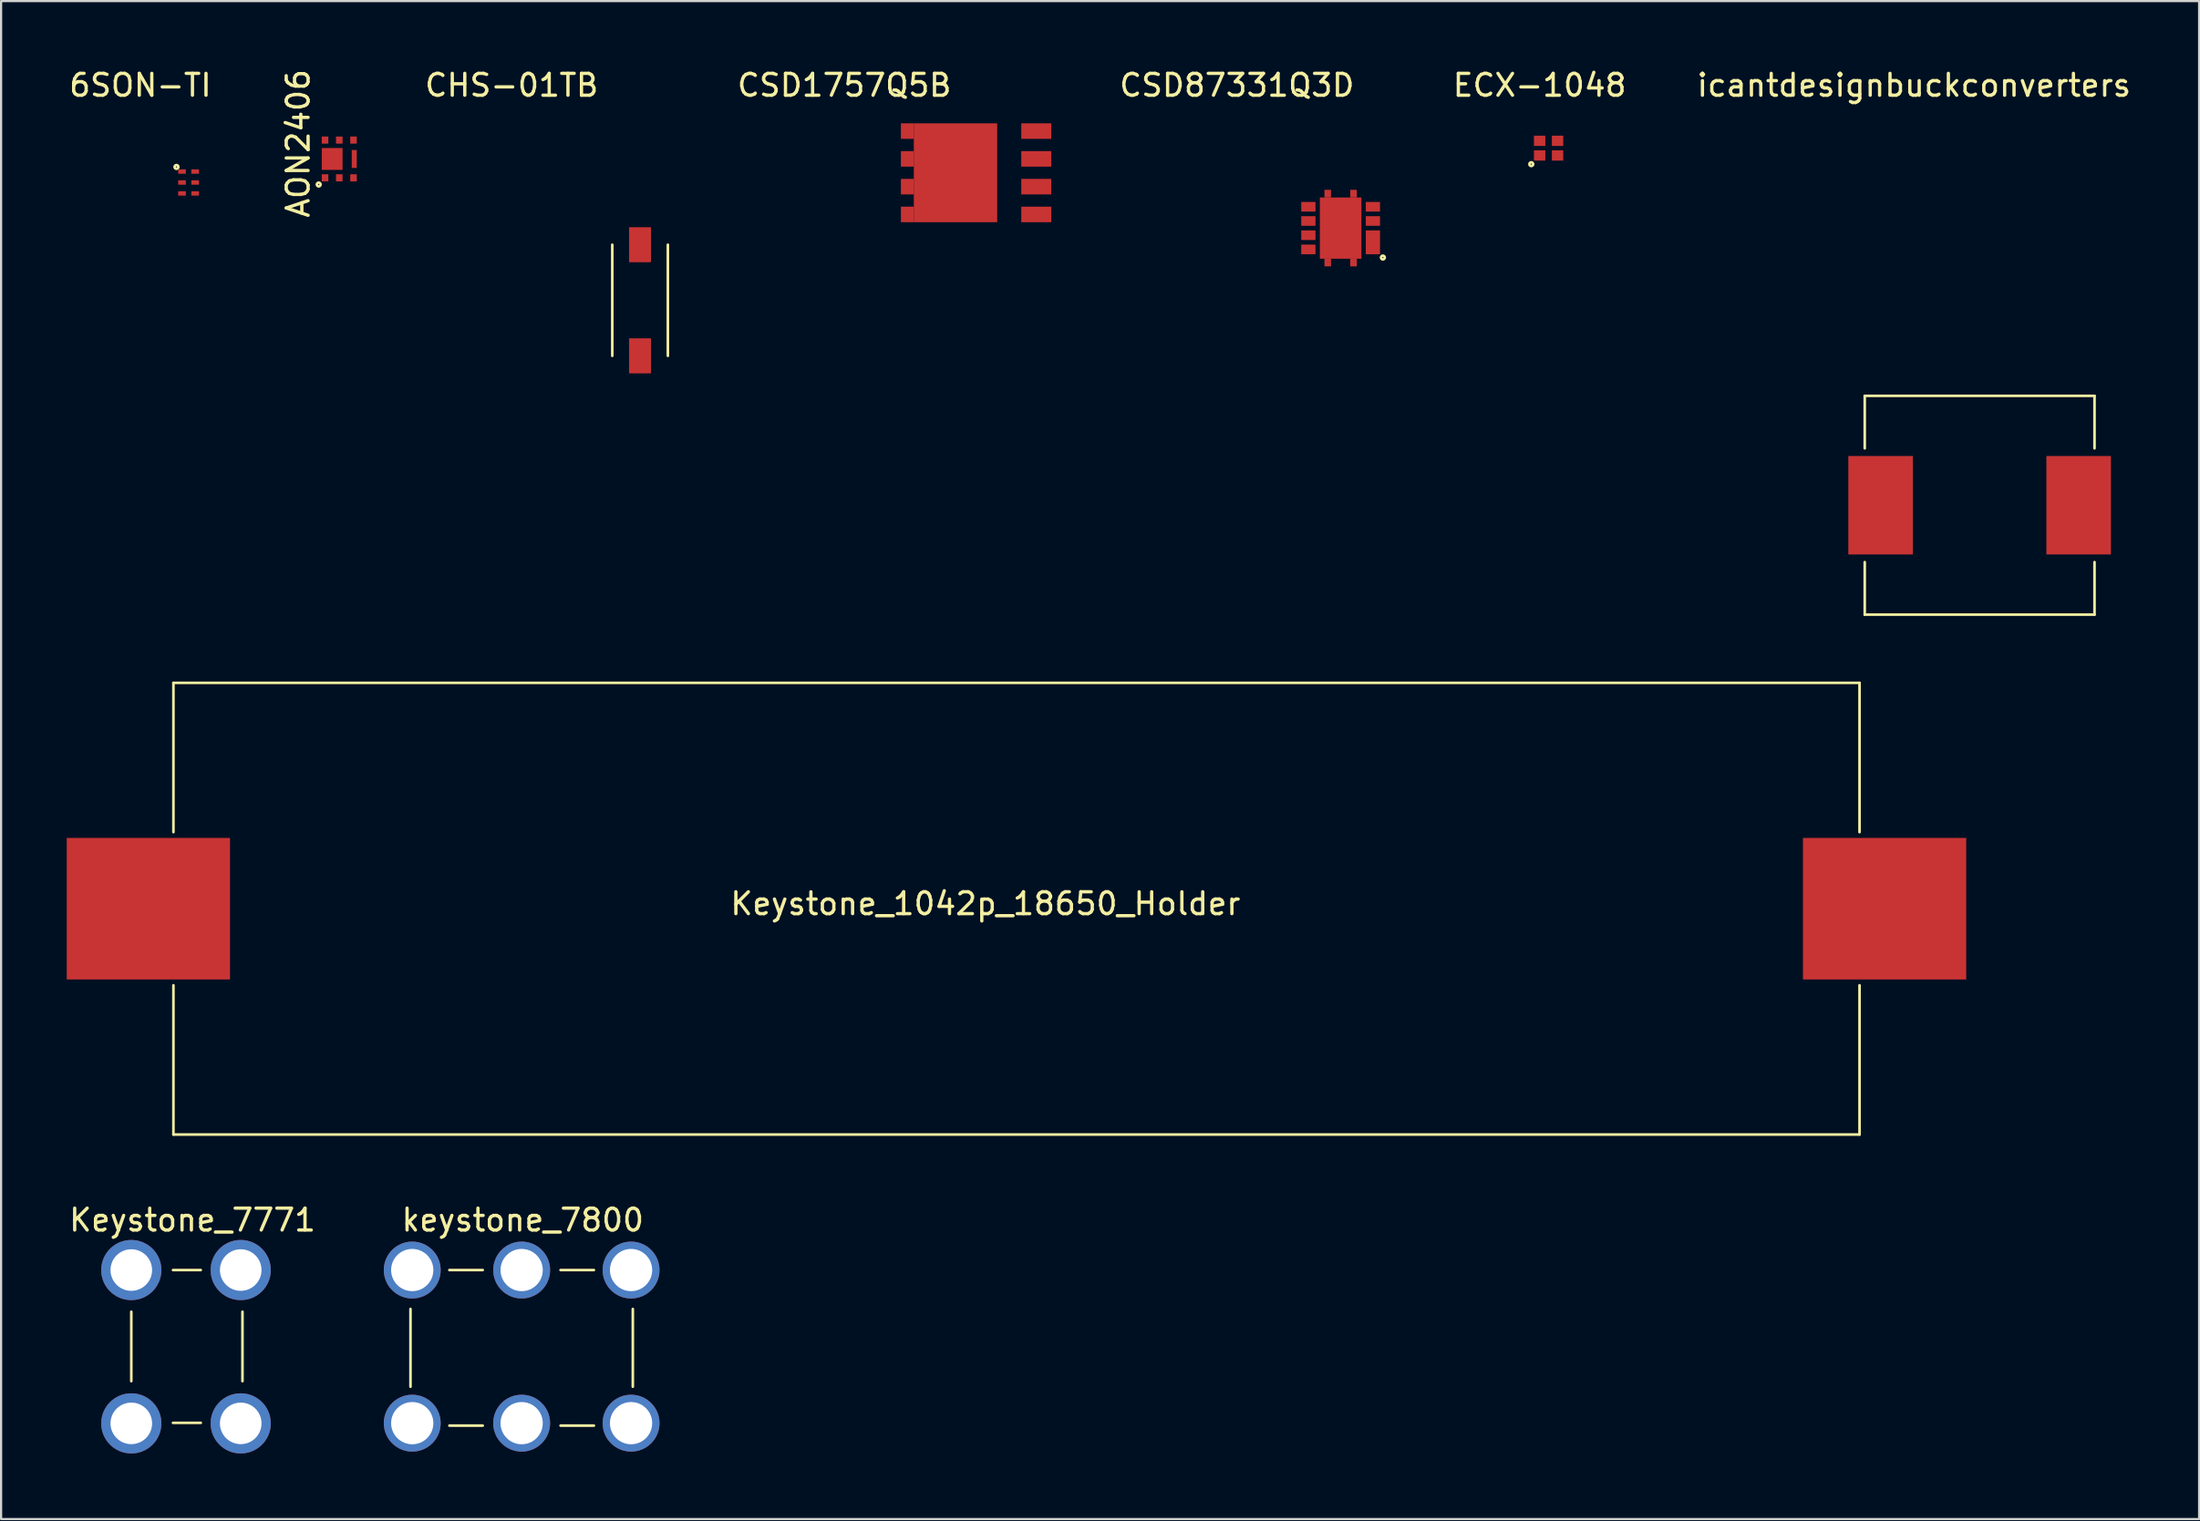
<source format=kicad_pcb>
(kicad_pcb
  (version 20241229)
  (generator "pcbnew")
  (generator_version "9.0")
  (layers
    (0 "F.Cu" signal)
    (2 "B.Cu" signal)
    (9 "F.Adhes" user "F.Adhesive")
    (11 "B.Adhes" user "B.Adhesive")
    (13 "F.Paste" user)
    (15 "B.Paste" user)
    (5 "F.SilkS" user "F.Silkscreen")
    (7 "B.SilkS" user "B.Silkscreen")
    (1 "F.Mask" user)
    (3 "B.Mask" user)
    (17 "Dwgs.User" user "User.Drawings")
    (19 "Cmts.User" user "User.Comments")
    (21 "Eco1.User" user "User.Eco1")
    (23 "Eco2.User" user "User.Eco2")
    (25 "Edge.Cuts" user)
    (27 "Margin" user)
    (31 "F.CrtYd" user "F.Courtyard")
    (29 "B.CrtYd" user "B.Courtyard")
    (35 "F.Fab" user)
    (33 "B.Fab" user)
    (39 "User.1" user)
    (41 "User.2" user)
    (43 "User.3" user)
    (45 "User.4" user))
  (footprint "CSD87331Q3D"
    (layer "F.Cu")
    (at 58.213 7.378)
    (property "Reference" "CSD87331Q3D" (at -4.74 -6.53 0) (layer "F.SilkS") (effects (font (size 1 1) (thickness 0.15))))
    (attr through_hole)
    (fp_circle (center 1.93 1.346) (end 1.905 1.346) (stroke (width 0.12) (type solid)) (fill no) (layer "F.SilkS"))
    (pad "1" smd rect (at 1.475 0.65) (size 0.65 1.09) (layers "F.Cu" "F.Mask" "F.Paste"))
    (pad "2" smd rect (at 1.475 -0.325) (size 0.65 0.44) (layers "F.Cu" "F.Mask" "F.Paste"))
    (pad "3" smd rect (at 1.475 -0.975) (size 0.65 0.44) (layers "F.Cu" "F.Mask" "F.Paste"))
    (pad "4" smd rect (at -1.475 -0.975) (size 0.65 0.44) (layers "F.Cu" "F.Mask" "F.Paste"))
    (pad "5" smd rect (at -1.475 -0.325) (size 0.65 0.44) (layers "F.Cu" "F.Mask" "F.Paste"))
    (pad "5" smd rect (at -1.475 0.325) (size 0.65 0.44) (layers "F.Cu" "F.Mask" "F.Paste"))
    (pad "5" smd rect (at -1.475 0.975) (size 0.65 0.44) (layers "F.Cu" "F.Mask" "F.Paste"))
    (pad "8" smd rect (at -0.59 -1.575) (size 0.3 0.35) (layers "F.Cu" "F.Mask" "F.Paste"))
    (pad "8" smd rect (at -0.59 1.575) (size 0.3 0.35) (layers "F.Cu" "F.Mask" "F.Paste"))
    (pad "8" smd rect (at 0 0) (size 1.9 2.8) (layers "F.Cu" "F.Mask" "F.Paste"))
    (pad "8" smd rect (at 0.59 -1.575) (size 0.3 0.35) (layers "F.Cu" "F.Mask" "F.Paste"))
    (pad "8" smd rect (at 0.59 1.575) (size 0.3 0.35) (layers "F.Cu" "F.Mask" "F.Paste")))
  (footprint "CHS-01TB"
    (layer "F.Cu")
    (at 26.199 8.138)
    (property "Reference" "CHS-01TB" (at -5.867 -7.29 0) (layer "F.SilkS") (effects (font (size 1 1) (thickness 0.15))))
    (attr through_hole)
    (fp_line (start -1.27 0) (end -1.27 5.08) (stroke (width 0.12) (type solid)) (layer "F.SilkS"))
    (fp_line (start 1.27 5.08) (end 1.27 0) (stroke (width 0.12) (type solid)) (layer "F.SilkS"))
    (pad "1" smd rect (at 0 0) (size 1 1.6) (layers "F.Cu" "F.Mask" "F.Paste"))
    (pad "2" smd rect (at 0 5.08) (size 1 1.6) (layers "F.Cu" "F.Mask" "F.Paste")))
  (footprint "CSD1757Q5B"
    (layer "F.Cu")
    (at 41.535 4.848)
    (property "Reference" "CSD1757Q5B" (at -6 -4 0) (layer "F.SilkS") (effects (font (size 1 1) (thickness 0.15))))
    (attr through_hole)
    (pad "1" smd rect (at -3.121 -1.905) (size 0.59 0.71) (layers "F.Cu" "F.Mask" "F.Paste"))
    (pad "1" smd rect (at -3.121 -0.635) (size 0.59 0.71) (layers "F.Cu" "F.Mask" "F.Paste"))
    (pad "1" smd rect (at -3.121 0.635) (size 0.59 0.71) (layers "F.Cu" "F.Mask" "F.Paste"))
    (pad "1" smd rect (at -3.121 1.905) (size 0.59 0.71) (layers "F.Cu" "F.Mask" "F.Paste"))
    (pad "1" smd rect (at -0.921 0) (size 3.81 4.52) (layers "F.Cu" "F.Mask" "F.Paste"))
    (pad "2" smd rect (at 2.77 -1.905) (size 1.372 0.71) (layers "F.Cu" "F.Mask" "F.Paste"))
    (pad "3" smd rect (at 2.77 -0.635) (size 1.372 0.71) (layers "F.Cu" "F.Mask" "F.Paste"))
    (pad "3" smd rect (at 2.77 0.635) (size 1.372 0.71) (layers "F.Cu" "F.Mask" "F.Paste"))
    (pad "3" smd rect (at 2.77 1.905) (size 1.372 0.71) (layers "F.Cu" "F.Mask" "F.Paste")))
  (footprint "AON2406"
    (layer "F.Cu")
    (at 12.454 4.217)
    (property "Reference" "AON2406" (at -1.88 -0.711 90) (layer "F.SilkS") (effects (font (size 1 1) (thickness 0.15))))
    (attr through_hole)
    (fp_circle (center -0.94 1.168) (end -0.965 1.168) (stroke (width 0.12) (type solid)) (fill no) (layer "F.SilkS"))
    (pad "1" smd rect (at -0.65 -0.863) (size 0.3 0.325) (layers "F.Cu" "F.Mask" "F.Paste"))
    (pad "1" smd rect (at -0.65 0.863) (size 0.3 0.325) (layers "F.Cu" "F.Mask" "F.Paste"))
    (pad "1" smd rect (at -0.325 0) (size 0.95 1) (layers "F.Cu" "F.Mask" "F.Paste"))
    (pad "1" smd rect (at 0 -0.863) (size 0.3 0.325) (layers "F.Cu" "F.Mask" "F.Paste"))
    (pad "1" smd rect (at 0 0.863) (size 0.3 0.325) (layers "F.Cu" "F.Mask" "F.Paste"))
    (pad "2" smd rect (at 0.65 0.863) (size 0.3 0.325) (layers "F.Cu" "F.Mask" "F.Paste"))
    (pad "3" smd rect (at 0.65 -0.863) (size 0.3 0.325) (layers "F.Cu" "F.Mask" "F.Paste"))
    (pad "3" smd rect (at 0.685 0) (size 0.23 0.82) (layers "F.Cu" "F.Mask" "F.Paste")))
  (footprint "Keystone_7771"
    (layer "F.Cu")
    (at 2.95 55.013)
    (property "Reference" "Keystone_7771" (at 2.794 -2.286 0) (layer "F.SilkS") (effects (font (size 1 1) (thickness 0.15))))
    (attr through_hole)
    (fp_line (start 0 5.08) (end 0 1.905) (stroke (width 0.12) (type solid)) (layer "F.SilkS"))
    (fp_line (start 1.905 0) (end 3.175 0) (stroke (width 0.12) (type solid)) (layer "F.SilkS"))
    (fp_line (start 1.905 6.985) (end 3.175 6.985) (stroke (width 0.12) (type solid)) (layer "F.SilkS"))
    (fp_line (start 5.08 5.08) (end 5.08 1.905) (stroke (width 0.12) (type solid)) (layer "F.SilkS"))
    (pad "1" thru_hole circle (at 0 0) (size 2.75 2.75) (drill 1.9) (layers "*.Cu" "*.Mask"))
    (pad "1" thru_hole circle (at 0 7.01) (size 2.75 2.75) (drill 1.9) (layers "*.Cu" "*.Mask"))
    (pad "1" thru_hole circle (at 5 0) (size 2.75 2.75) (drill 1.9) (layers "*.Cu" "*.Mask"))
    (pad "1" thru_hole circle (at 5 7.01) (size 2.75 2.75) (drill 1.9) (layers "*.Cu" "*.Mask")))
  (footprint "Keystone_1042p_18650_Holder"
    (layer "F.Cu")
    (at 3.73 38.493)
    (property "Reference" "Keystone_1042p_18650_Holder" (at 38.252 -0.229 0) (layer "F.SilkS") (effects (font (size 1 1) (thickness 0.15))))
    (attr through_hole)
    (fp_line (start 1.145 -10.325) (end 1.145 -3.5) (stroke (width 0.12) (type solid)) (layer "F.SilkS"))
    (fp_line (start 1.145 -10.325) (end 78.195 -10.325) (stroke (width 0.12) (type solid)) (layer "F.SilkS"))
    (fp_line (start 1.145 10.325) (end 1.145 3.5) (stroke (width 0.12) (type solid)) (layer "F.SilkS"))
    (fp_line (start 1.145 10.325) (end 78.195 10.325) (stroke (width 0.12) (type solid)) (layer "F.SilkS"))
    (fp_line (start 78.195 -10.325) (end 78.195 -3.5) (stroke (width 0.12) (type solid)) (layer "F.SilkS"))
    (fp_line (start 78.195 10.325) (end 78.195 3.5) (stroke (width 0.12) (type solid)) (layer "F.SilkS"))
    (pad "1" smd rect (at 0 0) (size 7.46 6.47) (layers "F.Cu" "F.Mask" "F.Paste"))
    (pad "2" smd rect (at 79.34 0) (size 7.46 6.47) (layers "F.Cu" "F.Mask" "F.Paste")))
  (footprint "keystone_7800"
    (layer "F.Cu")
    (at 20.788 55.013)
    (property "Reference" "keystone_7800" (at 0.05 -2.286 0) (layer "F.SilkS") (effects (font (size 1 1) (thickness 0.15))))
    (attr through_hole)
    (fp_line (start -5.08 5.334) (end -5.08 1.778) (stroke (width 0.12) (type solid)) (layer "F.SilkS"))
    (fp_line (start -3.302 0) (end -1.778 0) (stroke (width 0.12) (type solid)) (layer "F.SilkS"))
    (fp_line (start -3.302 7.112) (end -1.778 7.112) (stroke (width 0.12) (type solid)) (layer "F.SilkS"))
    (fp_line (start 1.778 0) (end 3.302 0) (stroke (width 0.12) (type solid)) (layer "F.SilkS"))
    (fp_line (start 1.778 7.112) (end 3.302 7.112) (stroke (width 0.12) (type solid)) (layer "F.SilkS"))
    (fp_line (start 5.08 5.334) (end 5.08 1.778) (stroke (width 0.12) (type solid)) (layer "F.SilkS"))
    (pad "1" thru_hole circle (at -5 0) (size 2.6 2.6) (drill 1.93) (layers "*.Cu" "*.Mask"))
    (pad "1" thru_hole circle (at -5 7) (size 2.6 2.6) (drill 1.93) (layers "*.Cu" "*.Mask"))
    (pad "1" thru_hole circle (at 0 0) (size 2.6 2.6) (drill 1.93) (layers "*.Cu" "*.Mask"))
    (pad "1" thru_hole circle (at 0 7) (size 2.6 2.6) (drill 1.93) (layers "*.Cu" "*.Mask"))
    (pad "1" thru_hole circle (at 5 0) (size 2.6 2.6) (drill 1.93) (layers "*.Cu" "*.Mask"))
    (pad "1" thru_hole circle (at 5 7) (size 2.6 2.6) (drill 1.93) (layers "*.Cu" "*.Mask")))
  (footprint "ECX-1048"
    (layer "F.Cu")
    (at 67.306 3.388)
    (property "Reference" "ECX-1048" (at 0 -2.54 0) (layer "F.SilkS") (effects (font (size 1 1) (thickness 0.15))))
    (attr through_hole)
    (fp_circle (center -0.381 1.067) (end -0.356 1.067) (stroke (width 0.12) (type solid)) (fill no) (layer "F.SilkS"))
    (pad "1" smd rect (at 0 0.67) (size 0.52 0.47) (layers "F.Cu" "F.Mask" "F.Paste"))
    (pad "2" smd rect (at 0.82 0.67) (size 0.52 0.47) (layers "F.Cu" "F.Mask" "F.Paste"))
    (pad "3" smd rect (at 0.82 0) (size 0.52 0.47) (layers "F.Cu" "F.Mask" "F.Paste"))
    (pad "4" smd rect (at 0 0) (size 0.52 0.47) (layers "F.Cu" "F.Mask" "F.Paste")))
  (footprint "icantdesignbuckconverters"
    (layer "F.Cu")
    (at 87.413 20.048)
    (property "Reference" "icantdesignbuckconverters" (at -3 -19.2 0) (layer "F.SilkS") (effects (font (size 1 1) (thickness 0.15))))
    (attr through_hole)
    (fp_line (start -5.25 -5) (end -5.25 -2.6) (stroke (width 0.12) (type solid)) (layer "F.SilkS"))
    (fp_line (start -5.25 -5) (end 5.25 -5) (stroke (width 0.12) (type solid)) (layer "F.SilkS"))
    (fp_line (start -5.25 2.6) (end -5.25 5) (stroke (width 0.12) (type solid)) (layer "F.SilkS"))
    (fp_line (start 5.25 -5) (end 5.25 -2.6) (stroke (width 0.12) (type solid)) (layer "F.SilkS"))
    (fp_line (start 5.25 2.6) (end 5.25 5) (stroke (width 0.12) (type solid)) (layer "F.SilkS"))
    (fp_line (start 5.25 5) (end -5.25 5) (stroke (width 0.12) (type solid)) (layer "F.SilkS"))
    (pad "1" smd rect (at -4.525 0) (size 2.95 4.5) (layers "F.Cu" "F.Mask" "F.Paste"))
    (pad "2" smd rect (at 4.525 0) (size 2.95 4.5) (layers "F.Cu" "F.Mask" "F.Paste")))
  (footprint "6SON-TI"
    (layer "F.Cu")
    (at 5.268 5.293)
    (property "Reference" "6SON-TI" (at -1.905 -4.445 0) (layer "F.SilkS") (effects (font (size 1 1) (thickness 0.15))))
    (attr through_hole)
    (fp_circle (center -0.254 -0.711) (end -0.279 -0.711) (stroke (width 0.12) (type solid)) (fill no) (layer "F.SilkS"))
    (pad "1" smd rect (at 0 -0.5) (size 0.35 0.2) (layers "F.Cu" "F.Mask" "F.Paste"))
    (pad "2" smd rect (at 0 0) (size 0.35 0.2) (layers "F.Cu" "F.Mask" "F.Paste"))
    (pad "3" smd rect (at 0 0.5) (size 0.35 0.2) (layers "F.Cu" "F.Mask" "F.Paste"))
    (pad "4" smd rect (at 0.6 0.5) (size 0.35 0.2) (layers "F.Cu" "F.Mask" "F.Paste"))
    (pad "5" smd rect (at 0.6 0) (size 0.35 0.2) (layers "F.Cu" "F.Mask" "F.Paste"))
    (pad "6" smd rect (at 0.6 -0.5) (size 0.35 0.2) (layers "F.Cu" "F.Mask" "F.Paste")))
  (gr_rect
    (start -3 -3)
    (end 97.443 66.397)
    (stroke (width 0.1) (type default))
    (fill no)
    (layer "Edge.Cuts")))
</source>
